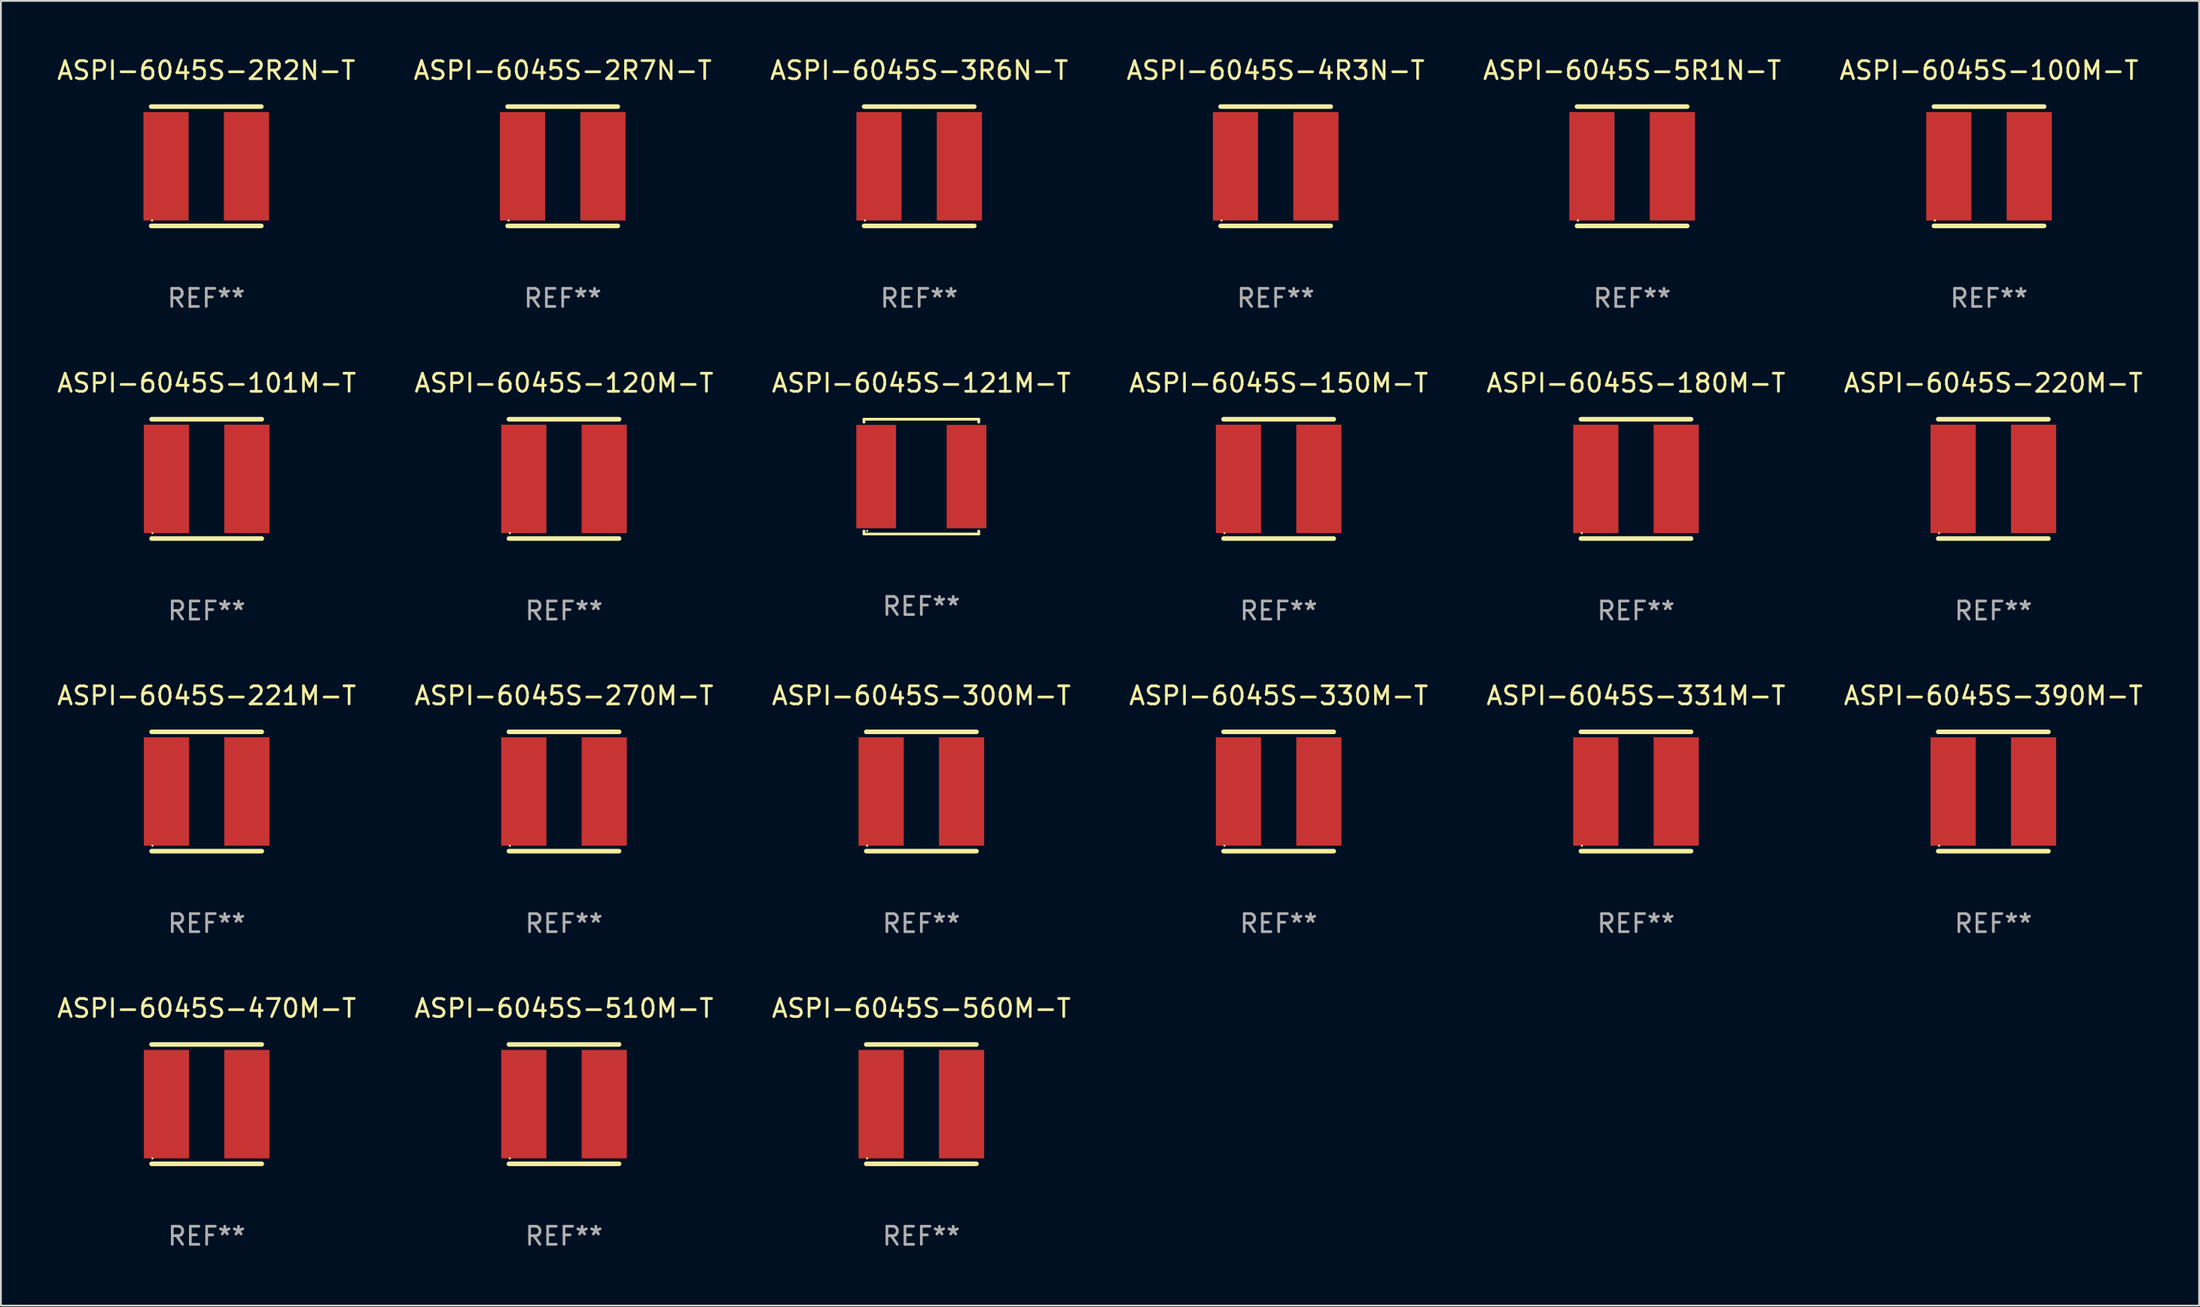
<source format=kicad_pcb>
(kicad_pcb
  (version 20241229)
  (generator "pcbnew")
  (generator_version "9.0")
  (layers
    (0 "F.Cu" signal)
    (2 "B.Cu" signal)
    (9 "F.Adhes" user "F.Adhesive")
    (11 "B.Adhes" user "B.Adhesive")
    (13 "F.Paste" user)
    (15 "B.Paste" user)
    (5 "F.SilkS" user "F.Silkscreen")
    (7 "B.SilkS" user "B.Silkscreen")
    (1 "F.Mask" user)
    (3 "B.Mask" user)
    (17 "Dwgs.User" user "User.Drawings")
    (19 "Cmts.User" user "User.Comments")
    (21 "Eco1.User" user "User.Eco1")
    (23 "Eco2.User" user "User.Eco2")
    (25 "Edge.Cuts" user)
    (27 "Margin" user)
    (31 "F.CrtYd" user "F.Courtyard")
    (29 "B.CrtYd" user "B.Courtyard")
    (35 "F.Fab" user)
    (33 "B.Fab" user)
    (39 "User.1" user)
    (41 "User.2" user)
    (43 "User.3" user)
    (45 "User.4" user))
  (footprint "ASPI-6045S-2R7N-T"
    (layer "F.Cu")
    (at 28.089 6.15)
    (property "Reference" "ASPI-6045S-2R7N-T" (at 0 -5.302 0) (layer "F.SilkS") (effects (font (size 1 1) (thickness 0.15))))
    (attr through_hole)
    (fp_line (start -3.048 3.302) (end 3.048 3.302) (stroke (width 0.254) (type solid)) (layer "F.SilkS"))
    (fp_line (start 3.048 -3.302) (end -3.048 -3.302) (stroke (width 0.254) (type solid)) (layer "F.SilkS"))
    (fp_circle (center -3 3) (end -2.97 3) (stroke (width 0.06) (type solid)) (fill no) (layer "F.SilkS"))
    (fp_text user "REF**" (at 0 7.302 0) (layer "F.Fab") (effects (font (size 1 1) (thickness 0.15))))
    (pad "1" smd rect (at -2.225 0) (size 2.5 6) (layers "F.Cu" "F.Mask" "F.Paste"))
    (pad "2" smd rect (at 2.225 0) (size 2.5 6) (layers "F.Cu" "F.Mask" "F.Paste")))
  (footprint "ASPI-6045S-300M-T"
    (layer "F.Cu")
    (at 47.935 40.751)
    (property "Reference" "ASPI-6045S-300M-T" (at 0 -5.302 0) (layer "F.SilkS") (effects (font (size 1 1) (thickness 0.15))))
    (attr through_hole)
    (fp_line (start -3.048 3.302) (end 3.048 3.302) (stroke (width 0.254) (type solid)) (layer "F.SilkS"))
    (fp_line (start 3.048 -3.302) (end -3.048 -3.302) (stroke (width 0.254) (type solid)) (layer "F.SilkS"))
    (fp_circle (center -3 3) (end -2.97 3) (stroke (width 0.06) (type solid)) (fill no) (layer "F.SilkS"))
    (fp_text user "REF**" (at 0 7.302 0) (layer "F.Fab") (effects (font (size 1 1) (thickness 0.15))))
    (pad "1" smd rect (at -2.225 0) (size 2.5 6) (layers "F.Cu" "F.Mask" "F.Paste"))
    (pad "2" smd rect (at 2.225 0) (size 2.5 6) (layers "F.Cu" "F.Mask" "F.Paste")))
  (footprint "ASPI-6045S-390M-T"
    (layer "F.Cu")
    (at 107.256 40.751)
    (property "Reference" "ASPI-6045S-390M-T" (at 0 -5.302 0) (layer "F.SilkS") (effects (font (size 1 1) (thickness 0.15))))
    (attr through_hole)
    (fp_line (start -3.048 3.302) (end 3.048 3.302) (stroke (width 0.254) (type solid)) (layer "F.SilkS"))
    (fp_line (start 3.048 -3.302) (end -3.048 -3.302) (stroke (width 0.254) (type solid)) (layer "F.SilkS"))
    (fp_circle (center -3 3) (end -2.97 3) (stroke (width 0.06) (type solid)) (fill no) (layer "F.SilkS"))
    (fp_text user "REF**" (at 0 7.302 0) (layer "F.Fab") (effects (font (size 1 1) (thickness 0.15))))
    (pad "1" smd rect (at -2.225 0) (size 2.5 6) (layers "F.Cu" "F.Mask" "F.Paste"))
    (pad "2" smd rect (at 2.225 0) (size 2.5 6) (layers "F.Cu" "F.Mask" "F.Paste")))
  (footprint "ASPI-6045S-330M-T"
    (layer "F.Cu")
    (at 67.708 40.751)
    (property "Reference" "ASPI-6045S-330M-T" (at 0 -5.302 0) (layer "F.SilkS") (effects (font (size 1 1) (thickness 0.15))))
    (attr through_hole)
    (fp_line (start -3.048 3.302) (end 3.048 3.302) (stroke (width 0.254) (type solid)) (layer "F.SilkS"))
    (fp_line (start 3.048 -3.302) (end -3.048 -3.302) (stroke (width 0.254) (type solid)) (layer "F.SilkS"))
    (fp_circle (center -3 3) (end -2.97 3) (stroke (width 0.06) (type solid)) (fill no) (layer "F.SilkS"))
    (fp_text user "REF**" (at 0 7.302 0) (layer "F.Fab") (effects (font (size 1 1) (thickness 0.15))))
    (pad "1" smd rect (at -2.225 0) (size 2.5 6) (layers "F.Cu" "F.Mask" "F.Paste"))
    (pad "2" smd rect (at 2.225 0) (size 2.5 6) (layers "F.Cu" "F.Mask" "F.Paste")))
  (footprint "ASPI-6045S-101M-T"
    (layer "F.Cu")
    (at 8.387 23.451)
    (property "Reference" "ASPI-6045S-101M-T" (at 0 -5.302 0) (layer "F.SilkS") (effects (font (size 1 1) (thickness 0.15))))
    (attr through_hole)
    (fp_line (start -3.048 3.302) (end 3.048 3.302) (stroke (width 0.254) (type solid)) (layer "F.SilkS"))
    (fp_line (start 3.048 -3.302) (end -3.048 -3.302) (stroke (width 0.254) (type solid)) (layer "F.SilkS"))
    (fp_circle (center -3 3) (end -2.97 3) (stroke (width 0.06) (type solid)) (fill no) (layer "F.SilkS"))
    (fp_text user "REF**" (at 0 7.302 0) (layer "F.Fab") (effects (font (size 1 1) (thickness 0.15))))
    (pad "1" smd rect (at -2.225 0) (size 2.5 6) (layers "F.Cu" "F.Mask" "F.Paste"))
    (pad "2" smd rect (at 2.225 0) (size 2.5 6) (layers "F.Cu" "F.Mask" "F.Paste")))
  (footprint "ASPI-6045S-5R1N-T"
    (layer "F.Cu")
    (at 87.268 6.15)
    (property "Reference" "ASPI-6045S-5R1N-T" (at 0 -5.302 0) (layer "F.SilkS") (effects (font (size 1 1) (thickness 0.15))))
    (attr through_hole)
    (fp_line (start -3.048 3.302) (end 3.048 3.302) (stroke (width 0.254) (type solid)) (layer "F.SilkS"))
    (fp_line (start 3.048 -3.302) (end -3.048 -3.302) (stroke (width 0.254) (type solid)) (layer "F.SilkS"))
    (fp_circle (center -3 3) (end -2.97 3) (stroke (width 0.06) (type solid)) (fill no) (layer "F.SilkS"))
    (fp_text user "REF**" (at 0 7.302 0) (layer "F.Fab") (effects (font (size 1 1) (thickness 0.15))))
    (pad "1" smd rect (at -2.225 0) (size 2.5 6) (layers "F.Cu" "F.Mask" "F.Paste"))
    (pad "2" smd rect (at 2.225 0) (size 2.5 6) (layers "F.Cu" "F.Mask" "F.Paste")))
  (footprint "ASPI-6045S-100M-T"
    (layer "F.Cu")
    (at 107.018 6.15)
    (property "Reference" "ASPI-6045S-100M-T" (at 0 -5.302 0) (layer "F.SilkS") (effects (font (size 1 1) (thickness 0.15))))
    (attr through_hole)
    (fp_line (start -3.048 3.302) (end 3.048 3.302) (stroke (width 0.254) (type solid)) (layer "F.SilkS"))
    (fp_line (start 3.048 -3.302) (end -3.048 -3.302) (stroke (width 0.254) (type solid)) (layer "F.SilkS"))
    (fp_circle (center -3 3) (end -2.97 3) (stroke (width 0.06) (type solid)) (fill no) (layer "F.SilkS"))
    (fp_text user "REF**" (at 0 7.302 0) (layer "F.Fab") (effects (font (size 1 1) (thickness 0.15))))
    (pad "1" smd rect (at -2.225 0) (size 2.5 6) (layers "F.Cu" "F.Mask" "F.Paste"))
    (pad "2" smd rect (at 2.225 0) (size 2.5 6) (layers "F.Cu" "F.Mask" "F.Paste")))
  (footprint "ASPI-6045S-270M-T"
    (layer "F.Cu")
    (at 28.161 40.751)
    (property "Reference" "ASPI-6045S-270M-T" (at 0 -5.302 0) (layer "F.SilkS") (effects (font (size 1 1) (thickness 0.15))))
    (attr through_hole)
    (fp_line (start -3.048 3.302) (end 3.048 3.302) (stroke (width 0.254) (type solid)) (layer "F.SilkS"))
    (fp_line (start 3.048 -3.302) (end -3.048 -3.302) (stroke (width 0.254) (type solid)) (layer "F.SilkS"))
    (fp_circle (center -3 3) (end -2.97 3) (stroke (width 0.06) (type solid)) (fill no) (layer "F.SilkS"))
    (fp_text user "REF**" (at 0 7.302 0) (layer "F.Fab") (effects (font (size 1 1) (thickness 0.15))))
    (pad "1" smd rect (at -2.225 0) (size 2.5 6) (layers "F.Cu" "F.Mask" "F.Paste"))
    (pad "2" smd rect (at 2.225 0) (size 2.5 6) (layers "F.Cu" "F.Mask" "F.Paste")))
  (footprint "ASPI-6045S-470M-T"
    (layer "F.Cu")
    (at 8.387 58.052)
    (property "Reference" "ASPI-6045S-470M-T" (at 0 -5.302 0) (layer "F.SilkS") (effects (font (size 1 1) (thickness 0.15))))
    (attr through_hole)
    (fp_line (start -3.048 3.302) (end 3.048 3.302) (stroke (width 0.254) (type solid)) (layer "F.SilkS"))
    (fp_line (start 3.048 -3.302) (end -3.048 -3.302) (stroke (width 0.254) (type solid)) (layer "F.SilkS"))
    (fp_circle (center -3 3) (end -2.97 3) (stroke (width 0.06) (type solid)) (fill no) (layer "F.SilkS"))
    (fp_text user "REF**" (at 0 7.302 0) (layer "F.Fab") (effects (font (size 1 1) (thickness 0.15))))
    (pad "1" smd rect (at -2.225 0) (size 2.5 6) (layers "F.Cu" "F.Mask" "F.Paste"))
    (pad "2" smd rect (at 2.225 0) (size 2.5 6) (layers "F.Cu" "F.Mask" "F.Paste")))
  (footprint "ASPI-6045S-331M-T"
    (layer "F.Cu")
    (at 87.482 40.751)
    (property "Reference" "ASPI-6045S-331M-T" (at 0 -5.302 0) (layer "F.SilkS") (effects (font (size 1 1) (thickness 0.15))))
    (attr through_hole)
    (fp_line (start -3.048 3.302) (end 3.048 3.302) (stroke (width 0.254) (type solid)) (layer "F.SilkS"))
    (fp_line (start 3.048 -3.302) (end -3.048 -3.302) (stroke (width 0.254) (type solid)) (layer "F.SilkS"))
    (fp_circle (center -3 3) (end -2.97 3) (stroke (width 0.06) (type solid)) (fill no) (layer "F.SilkS"))
    (fp_text user "REF**" (at 0 7.302 0) (layer "F.Fab") (effects (font (size 1 1) (thickness 0.15))))
    (pad "1" smd rect (at -2.225 0) (size 2.5 6) (layers "F.Cu" "F.Mask" "F.Paste"))
    (pad "2" smd rect (at 2.225 0) (size 2.5 6) (layers "F.Cu" "F.Mask" "F.Paste")))
  (footprint "ASPI-6045S-3R6N-T"
    (layer "F.Cu")
    (at 47.815 6.15)
    (property "Reference" "ASPI-6045S-3R6N-T" (at 0 -5.302 0) (layer "F.SilkS") (effects (font (size 1 1) (thickness 0.15))))
    (attr through_hole)
    (fp_line (start -3.048 3.302) (end 3.048 3.302) (stroke (width 0.254) (type solid)) (layer "F.SilkS"))
    (fp_line (start 3.048 -3.302) (end -3.048 -3.302) (stroke (width 0.254) (type solid)) (layer "F.SilkS"))
    (fp_circle (center -3 3) (end -2.97 3) (stroke (width 0.06) (type solid)) (fill no) (layer "F.SilkS"))
    (fp_text user "REF**" (at 0 7.302 0) (layer "F.Fab") (effects (font (size 1 1) (thickness 0.15))))
    (pad "1" smd rect (at -2.225 0) (size 2.5 6) (layers "F.Cu" "F.Mask" "F.Paste"))
    (pad "2" smd rect (at 2.225 0) (size 2.5 6) (layers "F.Cu" "F.Mask" "F.Paste")))
  (footprint "ASPI-6045S-2R2N-T"
    (layer "F.Cu")
    (at 8.363 6.15)
    (property "Reference" "ASPI-6045S-2R2N-T" (at 0 -5.302 0) (layer "F.SilkS") (effects (font (size 1 1) (thickness 0.15))))
    (attr through_hole)
    (fp_line (start -3.048 3.302) (end 3.048 3.302) (stroke (width 0.254) (type solid)) (layer "F.SilkS"))
    (fp_line (start 3.048 -3.302) (end -3.048 -3.302) (stroke (width 0.254) (type solid)) (layer "F.SilkS"))
    (fp_circle (center -3 3) (end -2.97 3) (stroke (width 0.06) (type solid)) (fill no) (layer "F.SilkS"))
    (fp_text user "REF**" (at 0 7.302 0) (layer "F.Fab") (effects (font (size 1 1) (thickness 0.15))))
    (pad "1" smd rect (at -2.225 0) (size 2.5 6) (layers "F.Cu" "F.Mask" "F.Paste"))
    (pad "2" smd rect (at 2.225 0) (size 2.5 6) (layers "F.Cu" "F.Mask" "F.Paste")))
  (footprint "ASPI-6045S-180M-T"
    (layer "F.Cu")
    (at 87.482 23.451)
    (property "Reference" "ASPI-6045S-180M-T" (at 0 -5.302 0) (layer "F.SilkS") (effects (font (size 1 1) (thickness 0.15))))
    (attr through_hole)
    (fp_line (start -3.048 3.302) (end 3.048 3.302) (stroke (width 0.254) (type solid)) (layer "F.SilkS"))
    (fp_line (start 3.048 -3.302) (end -3.048 -3.302) (stroke (width 0.254) (type solid)) (layer "F.SilkS"))
    (fp_circle (center -3 3) (end -2.97 3) (stroke (width 0.06) (type solid)) (fill no) (layer "F.SilkS"))
    (fp_text user "REF**" (at 0 7.302 0) (layer "F.Fab") (effects (font (size 1 1) (thickness 0.15))))
    (pad "1" smd rect (at -2.225 0) (size 2.5 6) (layers "F.Cu" "F.Mask" "F.Paste"))
    (pad "2" smd rect (at 2.225 0) (size 2.5 6) (layers "F.Cu" "F.Mask" "F.Paste")))
  (footprint "ASPI-6045S-150M-T"
    (layer "F.Cu")
    (at 67.708 23.451)
    (property "Reference" "ASPI-6045S-150M-T" (at 0 -5.302 0) (layer "F.SilkS") (effects (font (size 1 1) (thickness 0.15))))
    (attr through_hole)
    (fp_line (start -3.048 3.302) (end 3.048 3.302) (stroke (width 0.254) (type solid)) (layer "F.SilkS"))
    (fp_line (start 3.048 -3.302) (end -3.048 -3.302) (stroke (width 0.254) (type solid)) (layer "F.SilkS"))
    (fp_circle (center -3 3) (end -2.97 3) (stroke (width 0.06) (type solid)) (fill no) (layer "F.SilkS"))
    (fp_text user "REF**" (at 0 7.302 0) (layer "F.Fab") (effects (font (size 1 1) (thickness 0.15))))
    (pad "1" smd rect (at -2.225 0) (size 2.5 6) (layers "F.Cu" "F.Mask" "F.Paste"))
    (pad "2" smd rect (at 2.225 0) (size 2.5 6) (layers "F.Cu" "F.Mask" "F.Paste")))
  (footprint "ASPI-6045S-221M-T"
    (layer "F.Cu")
    (at 8.387 40.751)
    (property "Reference" "ASPI-6045S-221M-T" (at 0 -5.302 0) (layer "F.SilkS") (effects (font (size 1 1) (thickness 0.15))))
    (attr through_hole)
    (fp_line (start -3.048 3.302) (end 3.048 3.302) (stroke (width 0.254) (type solid)) (layer "F.SilkS"))
    (fp_line (start 3.048 -3.302) (end -3.048 -3.302) (stroke (width 0.254) (type solid)) (layer "F.SilkS"))
    (fp_circle (center -3 3) (end -2.97 3) (stroke (width 0.06) (type solid)) (fill no) (layer "F.SilkS"))
    (fp_text user "REF**" (at 0 7.302 0) (layer "F.Fab") (effects (font (size 1 1) (thickness 0.15))))
    (pad "1" smd rect (at -2.225 0) (size 2.5 6) (layers "F.Cu" "F.Mask" "F.Paste"))
    (pad "2" smd rect (at 2.225 0) (size 2.5 6) (layers "F.Cu" "F.Mask" "F.Paste")))
  (footprint "ASPI-6045S-510M-T"
    (layer "F.Cu")
    (at 28.161 58.052)
    (property "Reference" "ASPI-6045S-510M-T" (at 0 -5.302 0) (layer "F.SilkS") (effects (font (size 1 1) (thickness 0.15))))
    (attr through_hole)
    (fp_line (start -3.048 3.302) (end 3.048 3.302) (stroke (width 0.254) (type solid)) (layer "F.SilkS"))
    (fp_line (start 3.048 -3.302) (end -3.048 -3.302) (stroke (width 0.254) (type solid)) (layer "F.SilkS"))
    (fp_circle (center -3 3) (end -2.97 3) (stroke (width 0.06) (type solid)) (fill no) (layer "F.SilkS"))
    (fp_text user "REF**" (at 0 7.302 0) (layer "F.Fab") (effects (font (size 1 1) (thickness 0.15))))
    (pad "1" smd rect (at -2.225 0) (size 2.5 6) (layers "F.Cu" "F.Mask" "F.Paste"))
    (pad "2" smd rect (at 2.225 0) (size 2.5 6) (layers "F.Cu" "F.Mask" "F.Paste")))
  (footprint "ASPI-6045S-560M-T"
    (layer "F.Cu")
    (at 47.935 58.052)
    (property "Reference" "ASPI-6045S-560M-T" (at 0 -5.302 0) (layer "F.SilkS") (effects (font (size 1 1) (thickness 0.15))))
    (attr through_hole)
    (fp_line (start -3.048 3.302) (end 3.048 3.302) (stroke (width 0.254) (type solid)) (layer "F.SilkS"))
    (fp_line (start 3.048 -3.302) (end -3.048 -3.302) (stroke (width 0.254) (type solid)) (layer "F.SilkS"))
    (fp_circle (center -3 3) (end -2.97 3) (stroke (width 0.06) (type solid)) (fill no) (layer "F.SilkS"))
    (fp_text user "REF**" (at 0 7.302 0) (layer "F.Fab") (effects (font (size 1 1) (thickness 0.15))))
    (pad "1" smd rect (at -2.225 0) (size 2.5 6) (layers "F.Cu" "F.Mask" "F.Paste"))
    (pad "2" smd rect (at 2.225 0) (size 2.5 6) (layers "F.Cu" "F.Mask" "F.Paste")))
  (footprint "ASPI-6045S-220M-T"
    (layer "F.Cu")
    (at 107.256 23.451)
    (property "Reference" "ASPI-6045S-220M-T" (at 0 -5.302 0) (layer "F.SilkS") (effects (font (size 1 1) (thickness 0.15))))
    (attr through_hole)
    (fp_line (start -3.048 3.302) (end 3.048 3.302) (stroke (width 0.254) (type solid)) (layer "F.SilkS"))
    (fp_line (start 3.048 -3.302) (end -3.048 -3.302) (stroke (width 0.254) (type solid)) (layer "F.SilkS"))
    (fp_circle (center -3 3) (end -2.97 3) (stroke (width 0.06) (type solid)) (fill no) (layer "F.SilkS"))
    (fp_text user "REF**" (at 0 7.302 0) (layer "F.Fab") (effects (font (size 1 1) (thickness 0.15))))
    (pad "1" smd rect (at -2.225 0) (size 2.5 6) (layers "F.Cu" "F.Mask" "F.Paste"))
    (pad "2" smd rect (at 2.225 0) (size 2.5 6) (layers "F.Cu" "F.Mask" "F.Paste")))
  (footprint "ASPI-6045S-4R3N-T"
    (layer "F.Cu")
    (at 67.542 6.15)
    (property "Reference" "ASPI-6045S-4R3N-T" (at 0 -5.302 0) (layer "F.SilkS") (effects (font (size 1 1) (thickness 0.15))))
    (attr through_hole)
    (fp_line (start -3.048 3.302) (end 3.048 3.302) (stroke (width 0.254) (type solid)) (layer "F.SilkS"))
    (fp_line (start 3.048 -3.302) (end -3.048 -3.302) (stroke (width 0.254) (type solid)) (layer "F.SilkS"))
    (fp_circle (center -3 3) (end -2.97 3) (stroke (width 0.06) (type solid)) (fill no) (layer "F.SilkS"))
    (fp_text user "REF**" (at 0 7.302 0) (layer "F.Fab") (effects (font (size 1 1) (thickness 0.15))))
    (pad "1" smd rect (at -2.225 0) (size 2.5 6) (layers "F.Cu" "F.Mask" "F.Paste"))
    (pad "2" smd rect (at 2.225 0) (size 2.5 6) (layers "F.Cu" "F.Mask" "F.Paste")))
  (footprint "ASPI-6045S-121M-T"
    (layer "F.Cu")
    (at 47.935 23.325)
    (property "Reference" "ASPI-6045S-121M-T" (at 0 -5.176 0) (layer "F.SilkS") (effects (font (size 1 1) (thickness 0.15))))
    (attr through_hole)
    (fp_line (start -3.176 -3.176) (end 3.176 -3.176) (stroke (width 0.152) (type solid)) (layer "F.SilkS"))
    (fp_line (start -3.176 -3.012) (end -3.176 -3.176) (stroke (width 0.152) (type solid)) (layer "F.SilkS"))
    (fp_line (start -3.176 3.012) (end -3.176 3.176) (stroke (width 0.152) (type solid)) (layer "F.SilkS"))
    (fp_line (start -3.176 3.176) (end 3.176 3.176) (stroke (width 0.152) (type solid)) (layer "F.SilkS"))
    (fp_line (start 3.176 -3.176) (end 3.176 -3.012) (stroke (width 0.152) (type solid)) (layer "F.SilkS"))
    (fp_line (start 3.176 3.176) (end 3.176 3.012) (stroke (width 0.152) (type solid)) (layer "F.SilkS"))
    (fp_circle (center -3 3) (end -2.97 3) (stroke (width 0.06) (type solid)) (fill no) (layer "F.SilkS"))
    (fp_text user "REF**" (at 0 7.176 0) (layer "F.Fab") (effects (font (size 1 1) (thickness 0.15))))
    (pad "1" smd rect (at -2.5 0) (size 2.2 5.72) (layers "F.Cu" "F.Mask" "F.Paste"))
    (pad "2" smd rect (at 2.5 0) (size 2.2 5.72) (layers "F.Cu" "F.Mask" "F.Paste")))
  (footprint "ASPI-6045S-120M-T"
    (layer "F.Cu")
    (at 28.161 23.451)
    (property "Reference" "ASPI-6045S-120M-T" (at 0 -5.302 0) (layer "F.SilkS") (effects (font (size 1 1) (thickness 0.15))))
    (attr through_hole)
    (fp_line (start -3.048 3.302) (end 3.048 3.302) (stroke (width 0.254) (type solid)) (layer "F.SilkS"))
    (fp_line (start 3.048 -3.302) (end -3.048 -3.302) (stroke (width 0.254) (type solid)) (layer "F.SilkS"))
    (fp_circle (center -3 3) (end -2.97 3) (stroke (width 0.06) (type solid)) (fill no) (layer "F.SilkS"))
    (fp_text user "REF**" (at 0 7.302 0) (layer "F.Fab") (effects (font (size 1 1) (thickness 0.15))))
    (pad "1" smd rect (at -2.225 0) (size 2.5 6) (layers "F.Cu" "F.Mask" "F.Paste"))
    (pad "2" smd rect (at 2.225 0) (size 2.5 6) (layers "F.Cu" "F.Mask" "F.Paste")))
  (gr_rect
    (start -3 -3)
    (end 118.643 69.202)
    (stroke (width 0.1) (type default))
    (fill no)
    (layer "Edge.Cuts")))
</source>
